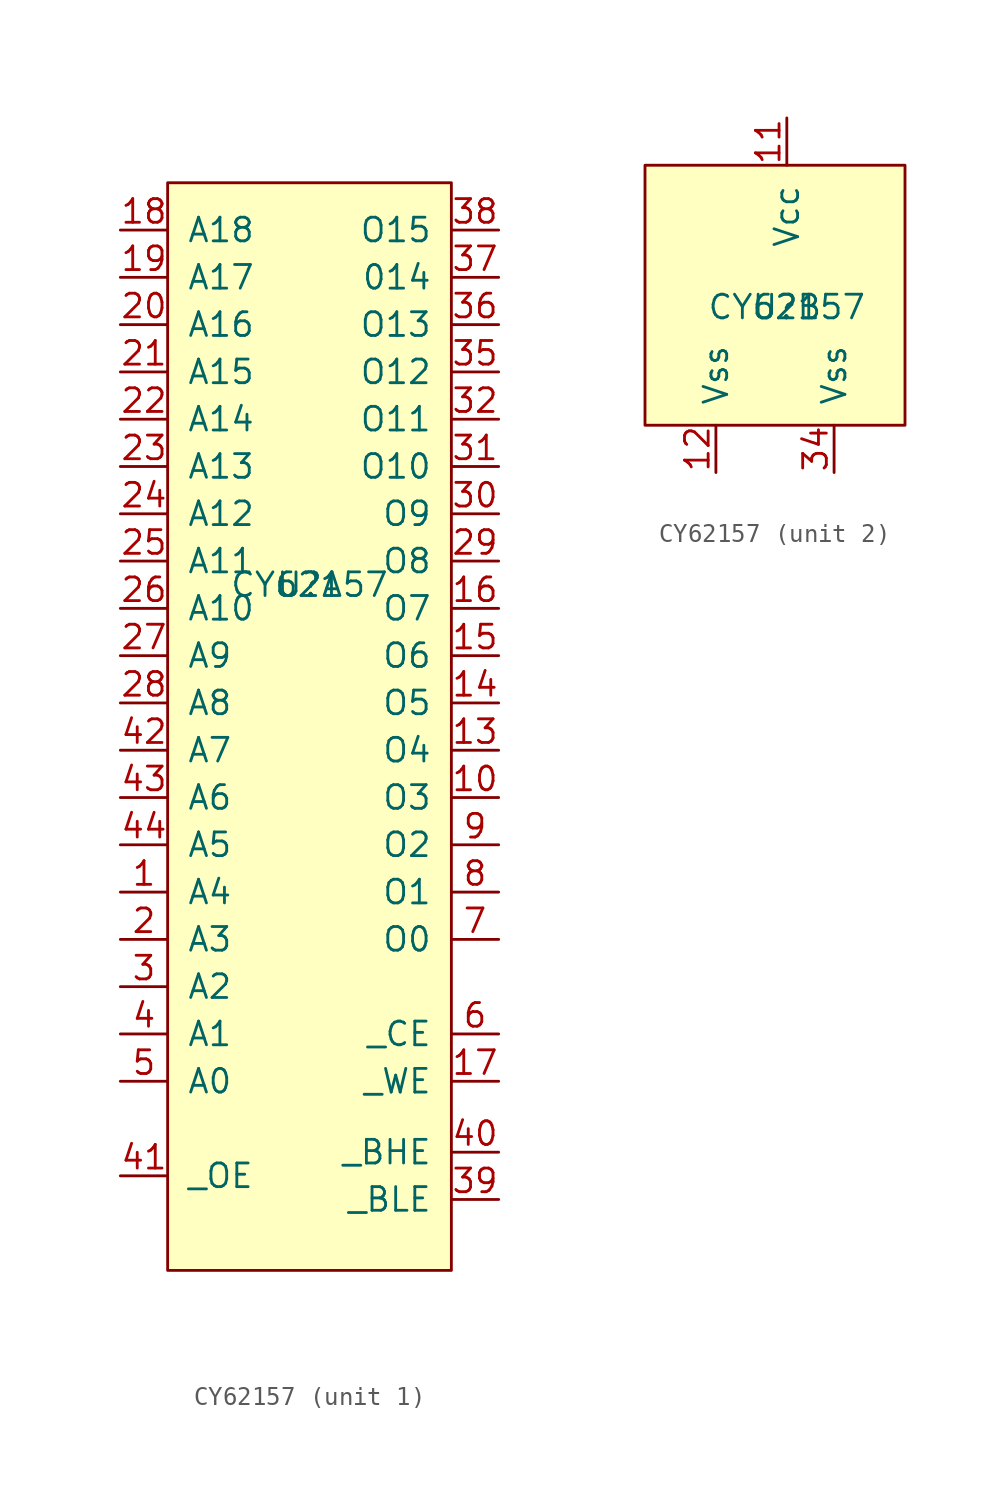
<source format=kicad_sym>
(kicad_symbol_lib
  (version 20220914)
  (generator kicad_symbol_editor)
  (symbol "CY62157"
    (pin_names
      (offset 1.016))
    (property "Reference" "U"
      (at 0 0 0)
      (effects (font (size 1.27 1.27))))
    (property "Value" "CY62157"
      (at 0 0 0)
      (effects (font (size 1.27 1.27))))
    (property "ki_locked" ""
      (at 0 0 0)
      (effects (font (size 1.27 1.27))))
    (symbol "CY62157_1_1"
      (rectangle (start -7.62 21.59) (end 7.62 -36.83) (stroke (width 0) (type solid)) (fill (type background)))
      (pin input line (at -10.16 -16.51 0) (length 2.54) (name "A4" (effects (font (size 1.27 1.27)))) (number "1" (effects (font (size 1.27 1.27)))))
      (pin input line (at 10.16 -11.43 180) (length 2.54) (name "O3" (effects (font (size 1.27 1.27)))) (number "10" (effects (font (size 1.27 1.27)))))
      (pin input line (at 10.16 -8.89 180) (length 2.54) (name "O4" (effects (font (size 1.27 1.27)))) (number "13" (effects (font (size 1.27 1.27)))))
      (pin input line (at 10.16 -6.35 180) (length 2.54) (name "O5" (effects (font (size 1.27 1.27)))) (number "14" (effects (font (size 1.27 1.27)))))
      (pin input line (at 10.16 -3.81 180) (length 2.54) (name "O6" (effects (font (size 1.27 1.27)))) (number "15" (effects (font (size 1.27 1.27)))))
      (pin input line (at 10.16 -1.27 180) (length 2.54) (name "O7" (effects (font (size 1.27 1.27)))) (number "16" (effects (font (size 1.27 1.27)))))
      (pin input line (at 10.16 -26.67 180) (length 2.54) (name "_WE" (effects (font (size 1.27 1.27)))) (number "17" (effects (font (size 1.27 1.27)))))
      (pin input line (at -10.16 19.05 0) (length 2.54) (name "A18" (effects (font (size 1.27 1.27)))) (number "18" (effects (font (size 1.27 1.27)))))
      (pin input line (at -10.16 16.51 0) (length 2.54) (name "A17" (effects (font (size 1.27 1.27)))) (number "19" (effects (font (size 1.27 1.27)))))
      (pin input line (at -10.16 -19.05 0) (length 2.54) (name "A3" (effects (font (size 1.27 1.27)))) (number "2" (effects (font (size 1.27 1.27)))))
      (pin input line (at -10.16 13.97 0) (length 2.54) (name "A16" (effects (font (size 1.27 1.27)))) (number "20" (effects (font (size 1.27 1.27)))))
      (pin input line (at -10.16 11.43 0) (length 2.54) (name "A15" (effects (font (size 1.27 1.27)))) (number "21" (effects (font (size 1.27 1.27)))))
      (pin input line (at -10.16 8.89 0) (length 2.54) (name "A14" (effects (font (size 1.27 1.27)))) (number "22" (effects (font (size 1.27 1.27)))))
      (pin input line (at -10.16 6.35 0) (length 2.54) (name "A13" (effects (font (size 1.27 1.27)))) (number "23" (effects (font (size 1.27 1.27)))))
      (pin input line (at -10.16 3.81 0) (length 2.54) (name "A12" (effects (font (size 1.27 1.27)))) (number "24" (effects (font (size 1.27 1.27)))))
      (pin input line (at -10.16 1.27 0) (length 2.54) (name "A11" (effects (font (size 1.27 1.27)))) (number "25" (effects (font (size 1.27 1.27)))))
      (pin input line (at -10.16 -1.27 0) (length 2.54) (name "A10" (effects (font (size 1.27 1.27)))) (number "26" (effects (font (size 1.27 1.27)))))
      (pin input line (at -10.16 -3.81 0) (length 2.54) (name "A9" (effects (font (size 1.27 1.27)))) (number "27" (effects (font (size 1.27 1.27)))))
      (pin input line (at -10.16 -6.35 0) (length 2.54) (name "A8" (effects (font (size 1.27 1.27)))) (number "28" (effects (font (size 1.27 1.27)))))
      (pin input line (at 10.16 1.27 180) (length 2.54) (name "O8" (effects (font (size 1.27 1.27)))) (number "29" (effects (font (size 1.27 1.27)))))
      (pin input line (at -10.16 -21.59 0) (length 2.54) (name "A2" (effects (font (size 1.27 1.27)))) (number "3" (effects (font (size 1.27 1.27)))))
      (pin input line (at 10.16 3.81 180) (length 2.54) (name "O9" (effects (font (size 1.27 1.27)))) (number "30" (effects (font (size 1.27 1.27)))))
      (pin input line (at 10.16 6.35 180) (length 2.54) (name "O10" (effects (font (size 1.27 1.27)))) (number "31" (effects (font (size 1.27 1.27)))))
      (pin input line (at 10.16 8.89 180) (length 2.54) (name "O11" (effects (font (size 1.27 1.27)))) (number "32" (effects (font (size 1.27 1.27)))))
      (pin input line (at 10.16 11.43 180) (length 2.54) (name "O12" (effects (font (size 1.27 1.27)))) (number "35" (effects (font (size 1.27 1.27)))))
      (pin input line (at 10.16 13.97 180) (length 2.54) (name "O13" (effects (font (size 1.27 1.27)))) (number "36" (effects (font (size 1.27 1.27)))))
      (pin input line (at 10.16 16.51 180) (length 2.54) (name "014" (effects (font (size 1.27 1.27)))) (number "37" (effects (font (size 1.27 1.27)))))
      (pin input line (at 10.16 19.05 180) (length 2.54) (name "O15" (effects (font (size 1.27 1.27)))) (number "38" (effects (font (size 1.27 1.27)))))
      (pin input line (at 10.16 -33.02 180) (length 2.54) (name "_BLE" (effects (font (size 1.27 1.27)))) (number "39" (effects (font (size 1.27 1.27)))))
      (pin input line (at -10.16 -24.13 0) (length 2.54) (name "A1" (effects (font (size 1.27 1.27)))) (number "4" (effects (font (size 1.27 1.27)))))
      (pin input line (at 10.16 -30.48 180) (length 2.54) (name "_BHE" (effects (font (size 1.27 1.27)))) (number "40" (effects (font (size 1.27 1.27)))))
      (pin input line (at -10.16 -31.75 0) (length 2.54) (name "_OE" (effects (font (size 1.27 1.27)))) (number "41" (effects (font (size 1.27 1.27)))))
      (pin input line (at -10.16 -8.89 0) (length 2.54) (name "A7" (effects (font (size 1.27 1.27)))) (number "42" (effects (font (size 1.27 1.27)))))
      (pin input line (at -10.16 -11.43 0) (length 2.54) (name "A6" (effects (font (size 1.27 1.27)))) (number "43" (effects (font (size 1.27 1.27)))))
      (pin input line (at -10.16 -13.97 0) (length 2.54) (name "A5" (effects (font (size 1.27 1.27)))) (number "44" (effects (font (size 1.27 1.27)))))
      (pin input line (at -10.16 -26.67 0) (length 2.54) (name "A0" (effects (font (size 1.27 1.27)))) (number "5" (effects (font (size 1.27 1.27)))))
      (pin input line (at 10.16 -24.13 180) (length 2.54) (name "_CE" (effects (font (size 1.27 1.27)))) (number "6" (effects (font (size 1.27 1.27)))))
      (pin input line (at 10.16 -19.05 180) (length 2.54) (name "O0" (effects (font (size 1.27 1.27)))) (number "7" (effects (font (size 1.27 1.27)))))
      (pin input line (at 10.16 -16.51 180) (length 2.54) (name "O1" (effects (font (size 1.27 1.27)))) (number "8" (effects (font (size 1.27 1.27)))))
      (pin input line (at 10.16 -13.97 180) (length 2.54) (name "O2" (effects (font (size 1.27 1.27)))) (number "9" (effects (font (size 1.27 1.27))))))
    (symbol "CY62157_2_1"
      (rectangle (start -7.62 7.62) (end 6.35 -6.35) (stroke (width 0) (type solid)) (fill (type background)))
      (pin input line (at 0 10.16 270) (length 2.54) (name "Vcc" (effects (font (size 1.27 1.27)))) (number "11" (effects (font (size 1.27 1.27)))))
      (pin input line (at -3.81 -8.89 90) (length 2.54) (name "Vss" (effects (font (size 1.27 1.27)))) (number "12" (effects (font (size 1.27 1.27)))))
      (pin input line (at 2.54 -8.89 90) (length 2.54) (name "Vss" (effects (font (size 1.27 1.27)))) (number "34" (effects (font (size 1.27 1.27))))))))
</source>
